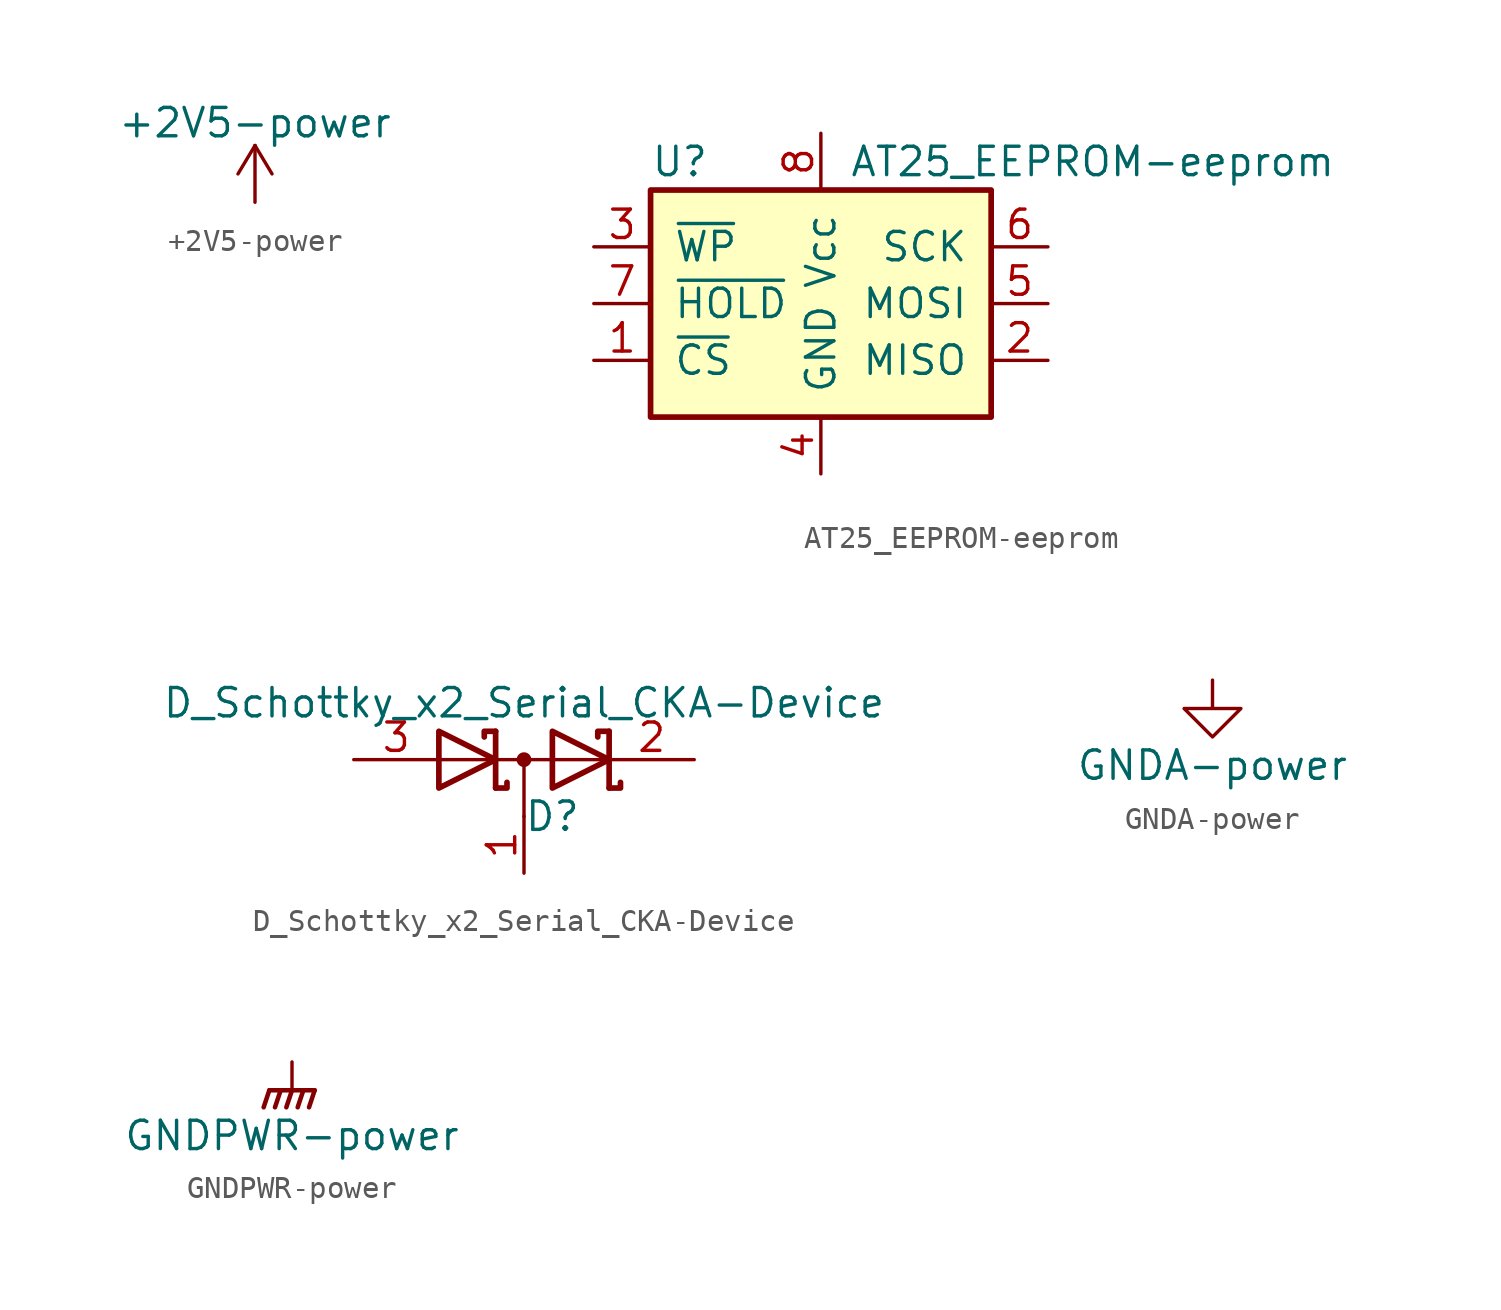
<source format=kicad_sym>
(kicad_symbol_lib
  (version 20211014)
  (generator kicad_symbol_editor)
  (symbol "+2V5-power"
    (power)
    (pin_names
      (offset 0))
    (property "Reference" "#PWR"
      (at 0 -3.81 0)
      (effects (font (size 1.27 1.27)) hide))
    (property "Value" "+2V5-power"
      (at 0 3.556 0)
      (effects (font (size 1.27 1.27))))
    (symbol "+2V5-power_0_1"
      (polyline (pts (xy -0.762 1.27) (xy 0 2.54)) (stroke (width 0) (type default) (color 0 0 0 0)) (fill (type none)))
      (polyline (pts (xy 0 0) (xy 0 2.54)) (stroke (width 0) (type default) (color 0 0 0 0)) (fill (type none)))
      (polyline (pts (xy 0 2.54) (xy 0.762 1.27)) (stroke (width 0) (type default) (color 0 0 0 0)) (fill (type none))))
    (symbol "+2V5-power_1_1"
      (pin power_in line (at 0 0 90) (length 0) hide (name "+2V5" (effects (font (size 1.27 1.27)))) (number "1" (effects (font (size 1.27 1.27)))))))
  (symbol "AT25_EEPROM-eeprom"
    (pin_names
      (offset 1.016))
    (property "Reference" "U"
      (at -7.62 6.35 0)
      (effects (font (size 1.27 1.27)) (justify left)))
    (property "Value" "AT25_EEPROM-eeprom"
      (at 1.27 6.35 0)
      (effects (font (size 1.27 1.27)) (justify left)))
    (symbol "AT25_EEPROM-eeprom_0_1"
      (rectangle (start -7.62 5.08) (end 7.62 -5.08) (stroke (width 0.254) (type default) (color 0 0 0 0)) (fill (type background))))
    (symbol "AT25_EEPROM-eeprom_1_1"
      (pin input line (at -10.16 -2.54 0) (length 2.54) (name "~{CS}" (effects (font (size 1.27 1.27)))) (number "1" (effects (font (size 1.27 1.27)))))
      (pin input line (at 10.16 -2.54 180) (length 2.54) (name "MISO" (effects (font (size 1.27 1.27)))) (number "2" (effects (font (size 1.27 1.27)))))
      (pin input line (at -10.16 2.54 0) (length 2.54) (name "~{WP}" (effects (font (size 1.27 1.27)))) (number "3" (effects (font (size 1.27 1.27)))))
      (pin power_in line (at 0 -7.62 90) (length 2.54) (name "GND" (effects (font (size 1.27 1.27)))) (number "4" (effects (font (size 1.27 1.27)))))
      (pin input line (at 10.16 0 180) (length 2.54) (name "MOSI" (effects (font (size 1.27 1.27)))) (number "5" (effects (font (size 1.27 1.27)))))
      (pin input line (at 10.16 2.54 180) (length 2.54) (name "SCK" (effects (font (size 1.27 1.27)))) (number "6" (effects (font (size 1.27 1.27)))))
      (pin input line (at -10.16 0 0) (length 2.54) (name "~{HOLD}" (effects (font (size 1.27 1.27)))) (number "7" (effects (font (size 1.27 1.27)))))
      (pin power_in line (at 0 7.62 270) (length 2.54) (name "Vcc" (effects (font (size 1.27 1.27)))) (number "8" (effects (font (size 1.27 1.27)))))))
  (symbol "D_Schottky_x2_Serial_CKA-Device"
    (pin_names
      (offset 0.762) hide)
    (property "Reference" "D"
      (at 1.27 -2.54 0)
      (effects (font (size 1.27 1.27))))
    (property "Value" "D_Schottky_x2_Serial_CKA-Device"
      (at 0 2.54 0)
      (effects (font (size 1.27 1.27))))
    (symbol "D_Schottky_x2_Serial_CKA-Device_0_1"
      (polyline (pts (xy -3.81 0) (xy 3.81 0)) (stroke (width 0) (type default) (color 0 0 0 0)) (fill (type none)))
      (polyline (pts (xy 0 0) (xy 0 -2.54)) (stroke (width 0) (type default) (color 0 0 0 0)) (fill (type none)))
      (polyline (pts (xy -1.27 -1.27) (xy -1.27 1.27) (xy -1.27 1.27)) (stroke (width 0.254) (type default) (color 0 0 0 0)) (fill (type none)))
      (polyline (pts (xy 3.81 1.27) (xy 3.81 -1.27) (xy 3.81 -1.27)) (stroke (width 0.254) (type default) (color 0 0 0 0)) (fill (type none)))
      (polyline (pts (xy -1.27 -1.27) (xy -0.762 -1.27) (xy -0.762 -1.016) (xy -0.762 -1.016)) (stroke (width 0.254) (type default) (color 0 0 0 0)) (fill (type none)))
      (polyline (pts (xy 3.81 -1.27) (xy 4.318 -1.27) (xy 4.318 -1.016) (xy 4.318 -1.016)) (stroke (width 0.254) (type default) (color 0 0 0 0)) (fill (type none)))
      (polyline (pts (xy 3.81 1.27) (xy 3.302 1.27) (xy 3.302 1.016) (xy 3.302 1.016)) (stroke (width 0.254) (type default) (color 0 0 0 0)) (fill (type none)))
      (polyline (pts (xy -1.778 1.016) (xy -1.778 1.27) (xy -1.27 1.27) (xy -1.27 1.27) (xy -1.27 1.27)) (stroke (width 0.254) (type default) (color 0 0 0 0)) (fill (type none)))
      (polyline (pts (xy -3.81 1.27) (xy -1.27 0) (xy -3.81 -1.27) (xy -3.81 1.27) (xy -3.81 1.27) (xy -3.81 1.27)) (stroke (width 0.254) (type default) (color 0 0 0 0)) (fill (type none)))
      (polyline (pts (xy 1.27 1.27) (xy 3.81 0) (xy 1.27 -1.27) (xy 1.27 1.27) (xy 1.27 1.27) (xy 1.27 1.27)) (stroke (width 0.254) (type default) (color 0 0 0 0)) (fill (type none)))
      (circle (center 0 0) (radius 0.254) (stroke (width 0) (type default) (color 0 0 0 0)) (fill (type outline)))
      (pin passive line (at 0 -5.08 90) (length 2.54) (name "common" (effects (font (size 1.27 1.27)))) (number "1" (effects (font (size 1.27 1.27)))))
      (pin passive line (at 7.62 0 180) (length 3.81) (name "K" (effects (font (size 1.27 1.27)))) (number "2" (effects (font (size 1.27 1.27)))))
      (pin passive line (at -7.62 0 0) (length 3.81) (name "A" (effects (font (size 1.27 1.27)))) (number "3" (effects (font (size 1.27 1.27)))))))
  (symbol "GNDA-power"
    (power)
    (pin_names
      (offset 0))
    (property "Reference" "#PWR"
      (at 0 -6.35 0)
      (effects (font (size 1.27 1.27)) hide))
    (property "Value" "GNDA-power"
      (at 0 -3.81 0)
      (effects (font (size 1.27 1.27))))
    (symbol "GNDA-power_0_1"
      (polyline (pts (xy 0 0) (xy 0 -1.27) (xy 1.27 -1.27) (xy 0 -2.54) (xy -1.27 -1.27) (xy 0 -1.27)) (stroke (width 0) (type default) (color 0 0 0 0)) (fill (type none))))
    (symbol "GNDA-power_1_1"
      (pin power_in line (at 0 0 270) (length 0) hide (name "GNDA" (effects (font (size 1.27 1.27)))) (number "1" (effects (font (size 1.27 1.27)))))))
  (symbol "GNDPWR-power"
    (power)
    (pin_names
      (offset 0))
    (property "Reference" "#PWR"
      (at 0 -5.08 0)
      (effects (font (size 1.27 1.27)) hide))
    (property "Value" "GNDPWR-power"
      (at 0 -3.302 0)
      (effects (font (size 1.27 1.27))))
    (symbol "GNDPWR-power_0_1"
      (polyline (pts (xy 0 -1.27) (xy 0 0)) (stroke (width 0) (type default) (color 0 0 0 0)) (fill (type none)))
      (polyline (pts (xy -1.016 -1.27) (xy -1.27 -2.032) (xy -1.27 -2.032)) (stroke (width 0.203) (type default) (color 0 0 0 0)) (fill (type none)))
      (polyline (pts (xy -0.508 -1.27) (xy -0.762 -2.032) (xy -0.762 -2.032)) (stroke (width 0.203) (type default) (color 0 0 0 0)) (fill (type none)))
      (polyline (pts (xy 0 -1.27) (xy -0.254 -2.032) (xy -0.254 -2.032)) (stroke (width 0.203) (type default) (color 0 0 0 0)) (fill (type none)))
      (polyline (pts (xy 0.508 -1.27) (xy 0.254 -2.032) (xy 0.254 -2.032)) (stroke (width 0.203) (type default) (color 0 0 0 0)) (fill (type none)))
      (polyline (pts (xy 1.016 -1.27) (xy -1.016 -1.27) (xy -1.016 -1.27)) (stroke (width 0.203) (type default) (color 0 0 0 0)) (fill (type none)))
      (polyline (pts (xy 1.016 -1.27) (xy 0.762 -2.032) (xy 0.762 -2.032) (xy 0.762 -2.032)) (stroke (width 0.203) (type default) (color 0 0 0 0)) (fill (type none))))
    (symbol "GNDPWR-power_1_1"
      (pin power_in line (at 0 0 270) (length 0) hide (name "GNDPWR" (effects (font (size 1.27 1.27)))) (number "1" (effects (font (size 1.27 1.27))))))))
</source>
